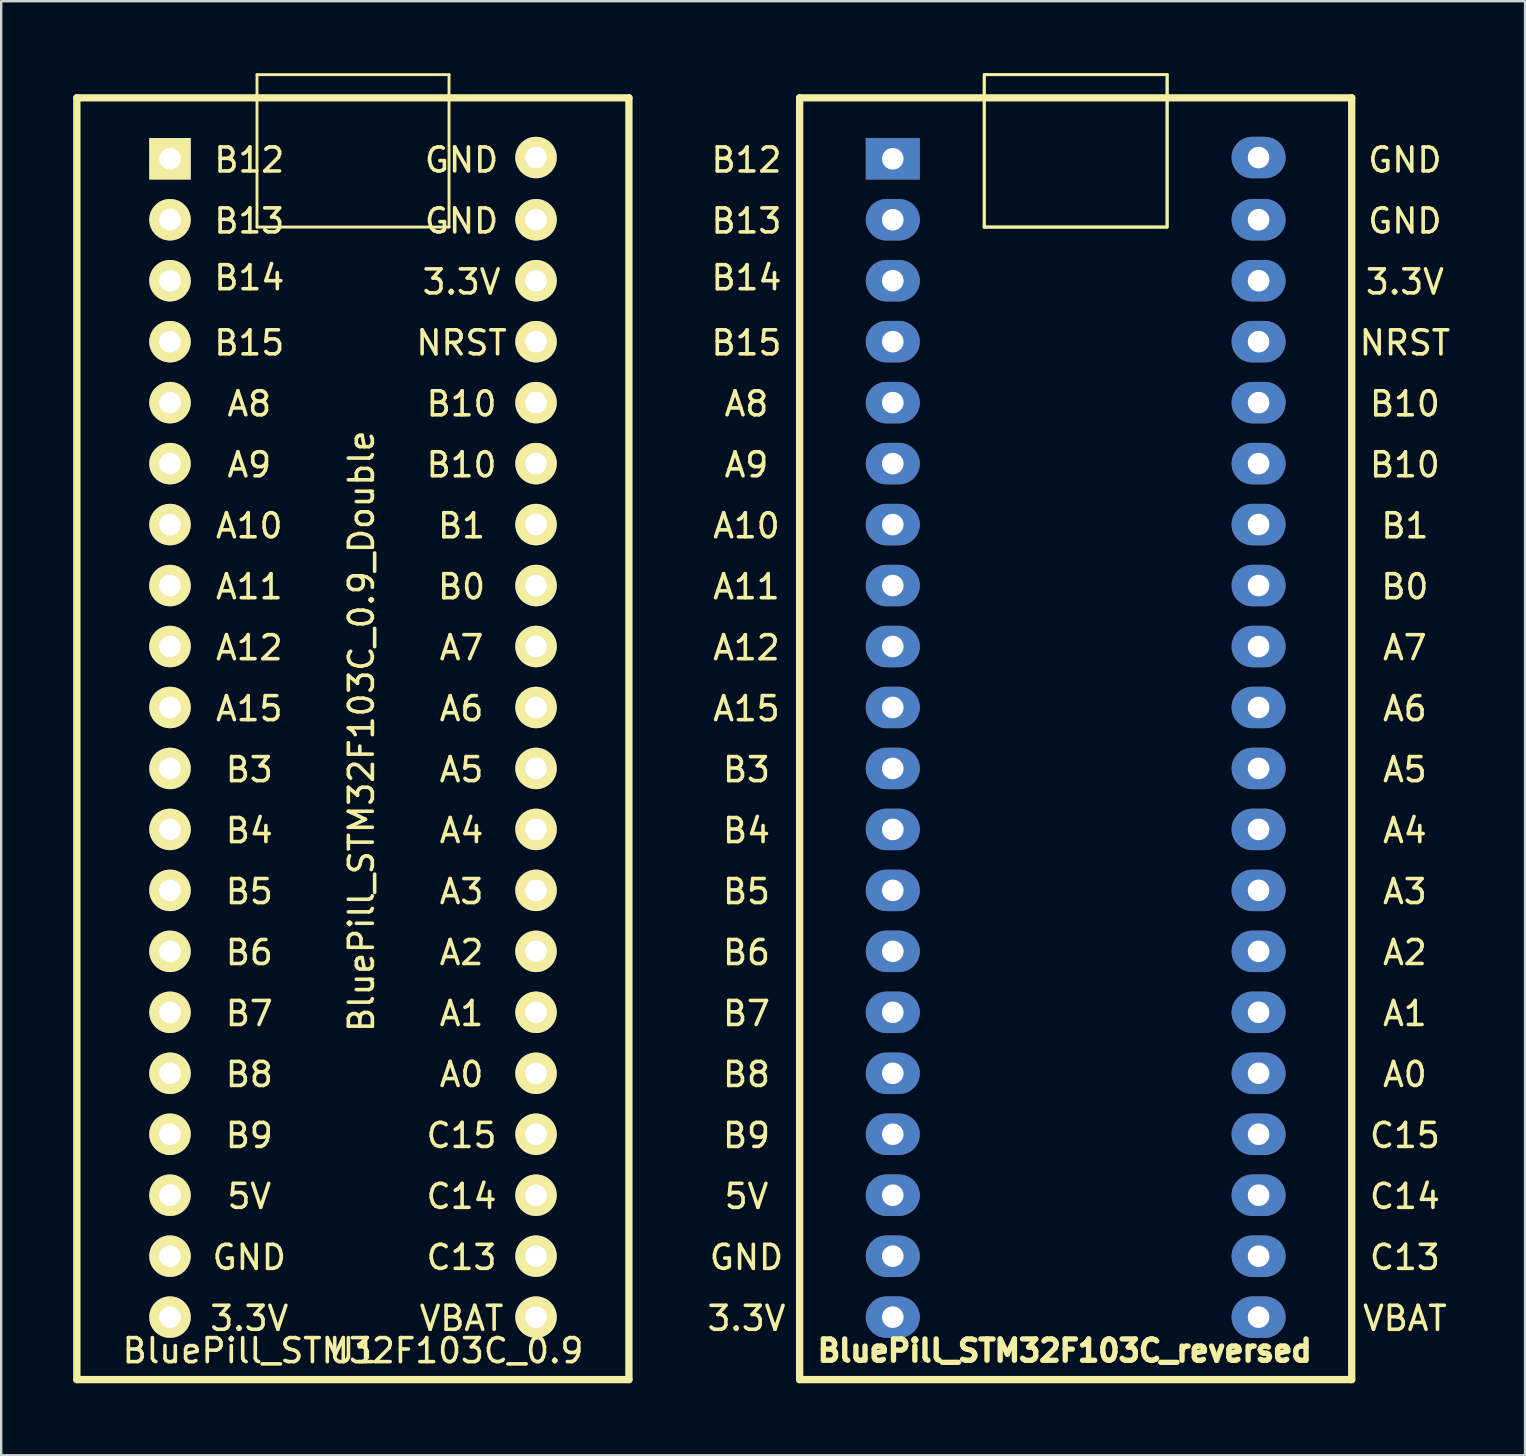
<source format=kicad_pcb>
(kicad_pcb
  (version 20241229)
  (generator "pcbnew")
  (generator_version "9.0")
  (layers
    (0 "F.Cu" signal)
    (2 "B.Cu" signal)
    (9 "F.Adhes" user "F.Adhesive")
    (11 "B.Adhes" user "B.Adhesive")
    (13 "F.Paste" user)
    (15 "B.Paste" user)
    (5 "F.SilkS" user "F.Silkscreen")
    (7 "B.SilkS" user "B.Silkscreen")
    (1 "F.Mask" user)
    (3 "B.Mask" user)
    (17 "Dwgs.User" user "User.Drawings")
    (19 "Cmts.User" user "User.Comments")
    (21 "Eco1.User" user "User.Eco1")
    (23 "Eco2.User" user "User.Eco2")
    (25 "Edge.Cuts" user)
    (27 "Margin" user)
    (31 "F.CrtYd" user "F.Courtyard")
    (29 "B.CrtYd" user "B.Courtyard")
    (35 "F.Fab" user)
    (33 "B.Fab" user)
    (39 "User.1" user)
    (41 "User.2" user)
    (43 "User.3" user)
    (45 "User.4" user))
  (footprint "BluePill_STM32F103C_0.9"
    (layer "F.Cu")
    (at 11.657 27.616)
    (property "Reference" "BluePill_STM32F103C_0.9" (at 0 25.606 180) (layer "F.SilkS") (effects (font (size 1 1) (thickness 0.15))))
    (attr through_hole)
    (fp_line (start -11.505 -26.59) (end 11.495 -26.59) (stroke (width 0.305) (type solid)) (layer "F.SilkS"))
    (fp_line (start -11.505 26.81) (end -11.505 -26.59) (stroke (width 0.305) (type solid)) (layer "F.SilkS"))
    (fp_line (start -4 -27.556) (end 4 -27.556) (stroke (width 0.12) (type solid)) (layer "F.SilkS"))
    (fp_line (start -4 -21.206) (end -4 -27.556) (stroke (width 0.12) (type solid)) (layer "F.SilkS"))
    (fp_line (start -4 -21.206) (end 4 -21.206) (stroke (width 0.12) (type solid)) (layer "F.SilkS"))
    (fp_line (start 4 -21.206) (end 4 -27.556) (stroke (width 0.12) (type solid)) (layer "F.SilkS"))
    (fp_line (start 11.495 -26.59) (end 11.495 26.81) (stroke (width 0.305) (type solid)) (layer "F.SilkS"))
    (fp_line (start 11.495 26.81) (end -11.505 26.81) (stroke (width 0.305) (type solid)) (layer "F.SilkS"))
    (fp_text user "B4" (at -4.321 3.94 0) (layer "F.SilkS") (effects (font (size 1 1) (thickness 0.15))))
    (fp_text user "A8" (at -4.321 -13.84 0) (layer "F.SilkS") (effects (font (size 1 1) (thickness 0.15))))
    (fp_text user "B10" (at 4.522 -11.3 0) (layer "F.SilkS") (effects (font (size 1 1) (thickness 0.15))))
    (fp_text user "C14" (at 4.522 19.18 0) (layer "F.SilkS") (effects (font (size 1 1) (thickness 0.15))))
    (fp_text user "C13" (at 4.522 21.72 0) (layer "F.SilkS") (effects (font (size 1 1) (thickness 0.15))))
    (fp_text user "A12" (at -4.321 -3.68 0) (layer "F.SilkS") (effects (font (size 1 1) (thickness 0.15))))
    (fp_text user "B12" (at -4.321 -24 0) (layer "F.SilkS") (effects (font (size 1 1) (thickness 0.15))))
    (fp_text user "B8" (at -4.321 14.1 0) (layer "F.SilkS") (effects (font (size 1 1) (thickness 0.15))))
    (fp_text user "B9" (at -4.321 16.64 0) (layer "F.SilkS") (effects (font (size 1 1) (thickness 0.15))))
    (fp_text user "C15" (at 4.522 16.64 0) (layer "F.SilkS") (effects (font (size 1 1) (thickness 0.15))))
    (fp_text user "B10" (at 4.522 -13.84 0) (layer "F.SilkS") (effects (font (size 1 1) (thickness 0.15))))
    (fp_text user "A9" (at -4.321 -11.3 0) (layer "F.SilkS") (effects (font (size 1 1) (thickness 0.15))))
    (fp_text user "B0" (at 4.522 -6.22 0) (layer "F.SilkS") (effects (font (size 1 1) (thickness 0.15))))
    (fp_text user "GND" (at 4.522 -24 0) (layer "F.SilkS") (effects (font (size 1 1) (thickness 0.15))))
    (fp_text user "A6" (at 4.522 -1.14 0) (layer "F.SilkS") (effects (font (size 1 1) (thickness 0.15))))
    (fp_text user "A7" (at 4.522 -3.68 0) (layer "F.SilkS") (effects (font (size 1 1) (thickness 0.15))))
    (fp_text user "A15" (at -4.321 -1.14 0) (layer "F.SilkS") (effects (font (size 1 1) (thickness 0.15))))
    (fp_text user "A1" (at 4.522 11.56 0) (layer "F.SilkS") (effects (font (size 1 1) (thickness 0.15))))
    (fp_text user "B7" (at -4.321 11.56 0) (layer "F.SilkS") (effects (font (size 1 1) (thickness 0.15))))
    (fp_text user "A5" (at 4.522 1.4 0) (layer "F.SilkS") (effects (font (size 1 1) (thickness 0.15))))
    (fp_text user "A4" (at 4.522 3.94 0) (layer "F.SilkS") (effects (font (size 1 1) (thickness 0.15))))
    (fp_text user "B5" (at -4.321 6.48 0) (layer "F.SilkS") (effects (font (size 1 1) (thickness 0.15))))
    (fp_text user "A10" (at -4.321 -8.76 0) (layer "F.SilkS") (effects (font (size 1 1) (thickness 0.15))))
    (fp_text user "BluePill_STM32F103C_0.9_Double" (at 0.351 -0.2 90) (layer "F.SilkS") (effects (font (size 1 1) (thickness 0.15))))
    (fp_text user "B15" (at -4.321 -16.38 0) (layer "F.SilkS") (effects (font (size 1 1) (thickness 0.15))))
    (fp_text user "B3" (at -4.321 1.4 0) (layer "F.SilkS") (effects (font (size 1 1) (thickness 0.15))))
    (fp_text user "3.3V" (at -4.321 24.26 0) (layer "F.SilkS") (effects (font (size 1 1) (thickness 0.15))))
    (fp_text user "A2" (at 4.522 9.02 0) (layer "F.SilkS") (effects (font (size 1 1) (thickness 0.15))))
    (fp_text user "A0" (at 4.522 14.1 0) (layer "F.SilkS") (effects (font (size 1 1) (thickness 0.15))))
    (fp_text user "5V" (at -4.321 19.18 0) (layer "F.SilkS") (effects (font (size 1 1) (thickness 0.15))))
    (fp_text user "B14" (at -4.321 -19.094 0) (layer "F.SilkS") (effects (font (size 1 1) (thickness 0.15))))
    (fp_text user "B6" (at -4.321 9.02 0) (layer "F.SilkS") (effects (font (size 1 1) (thickness 0.15))))
    (fp_text user "A3" (at 4.522 6.48 0) (layer "F.SilkS") (effects (font (size 1 1) (thickness 0.15))))
    (fp_text user "VBAT" (at 4.522 24.26 0) (layer "F.SilkS") (effects (font (size 1 1) (thickness 0.15))))
    (fp_text user "GND" (at 4.522 -21.46 0) (layer "F.SilkS") (effects (font (size 1 1) (thickness 0.15))))
    (fp_text user "A11" (at -4.321 -6.22 0) (layer "F.SilkS") (effects (font (size 1 1) (thickness 0.15))))
    (fp_text user "NRST" (at 4.522 -16.38 0) (layer "F.SilkS") (effects (font (size 1 1) (thickness 0.15))))
    (fp_text user "3.3V" (at 4.522 -18.92 0) (layer "F.SilkS") (effects (font (size 1 1) (thickness 0.15))))
    (fp_text user "B1" (at 4.522 -8.76 0) (layer "F.SilkS") (effects (font (size 1 1) (thickness 0.15))))
    (fp_text user "U1" (at 0 25.606 180) (layer "F.SilkS") (effects (font (size 1 1) (thickness 0.15))))
    (fp_text user "GND" (at -4.321 21.72 0) (layer "F.SilkS") (effects (font (size 1 1) (thickness 0.15))))
    (fp_text user "B13" (at -4.321 -21.46 0) (layer "F.SilkS") (effects (font (size 1 1) (thickness 0.15))))
    (pad "1" thru_hole rect (at -7.625 -24.051 270) (size 1.727 1.727) (drill 0.9) (layers "*.Cu" "*.Mask" "F.SilkS"))
    (pad "2" thru_hole oval (at -7.625 -21.511 270) (size 1.727 1.727) (drill 0.9) (layers "*.Cu" "*.Mask" "F.SilkS"))
    (pad "3" thru_hole oval (at -7.625 -18.971 270) (size 1.727 1.727) (drill 0.9) (layers "*.Cu" "*.Mask" "F.SilkS"))
    (pad "4" thru_hole oval (at -7.625 -16.431 270) (size 1.727 1.727) (drill 0.9) (layers "*.Cu" "*.Mask" "F.SilkS"))
    (pad "5" thru_hole oval (at -7.625 -13.891 270) (size 1.727 1.727) (drill 0.9) (layers "*.Cu" "*.Mask" "F.SilkS"))
    (pad "6" thru_hole oval (at -7.625 -11.351 270) (size 1.727 1.727) (drill 0.9) (layers "*.Cu" "*.Mask" "F.SilkS"))
    (pad "7" thru_hole oval (at -7.625 -8.811 270) (size 1.727 1.727) (drill 0.9) (layers "*.Cu" "*.Mask" "F.SilkS"))
    (pad "8" thru_hole oval (at -7.625 -6.271 270) (size 1.727 1.727) (drill 0.9) (layers "*.Cu" "*.Mask" "F.SilkS"))
    (pad "9" thru_hole oval (at -7.625 -3.731 270) (size 1.727 1.727) (drill 0.9) (layers "*.Cu" "*.Mask" "F.SilkS"))
    (pad "10" thru_hole oval (at -7.625 -1.191 270) (size 1.727 1.727) (drill 0.9) (layers "*.Cu" "*.Mask" "F.SilkS"))
    (pad "11" thru_hole oval (at -7.625 1.349 270) (size 1.727 1.727) (drill 0.9) (layers "*.Cu" "*.Mask" "F.SilkS"))
    (pad "12" thru_hole oval (at -7.625 3.889 270) (size 1.727 1.727) (drill 0.9) (layers "*.Cu" "*.Mask" "F.SilkS"))
    (pad "13" thru_hole oval (at -7.625 6.429 270) (size 1.727 1.727) (drill 0.9) (layers "*.Cu" "*.Mask" "F.SilkS"))
    (pad "14" thru_hole oval (at -7.625 8.969 270) (size 1.727 1.727) (drill 0.9) (layers "*.Cu" "*.Mask" "F.SilkS"))
    (pad "15" thru_hole oval (at -7.625 11.509 270) (size 1.727 1.727) (drill 0.9) (layers "*.Cu" "*.Mask" "F.SilkS"))
    (pad "16" thru_hole oval (at -7.625 14.049 270) (size 1.727 1.727) (drill 0.9) (layers "*.Cu" "*.Mask" "F.SilkS"))
    (pad "17" thru_hole oval (at -7.625 16.589 270) (size 1.727 1.727) (drill 0.9) (layers "*.Cu" "*.Mask" "F.SilkS"))
    (pad "18" thru_hole oval (at -7.625 19.129 270) (size 1.727 1.727) (drill 0.9) (layers "*.Cu" "*.Mask" "F.SilkS"))
    (pad "19" thru_hole oval (at -7.625 21.669 270) (size 1.727 1.727) (drill 0.9) (layers "*.Cu" "*.Mask" "F.SilkS"))
    (pad "20" thru_hole oval (at -7.625 24.209 270) (size 1.727 1.727) (drill 0.9) (layers "*.Cu" "*.Mask" "F.SilkS"))
    (pad "21" thru_hole oval (at 7.625 24.209 90) (size 1.727 1.727) (drill 0.9) (layers "*.Cu" "*.Mask" "F.SilkS"))
    (pad "22" thru_hole oval (at 7.625 21.669 90) (size 1.727 1.727) (drill 0.9) (layers "*.Cu" "*.Mask" "F.SilkS"))
    (pad "23" thru_hole oval (at 7.625 19.129 90) (size 1.727 1.727) (drill 0.9) (layers "*.Cu" "*.Mask" "F.SilkS"))
    (pad "24" thru_hole oval (at 7.625 16.589 90) (size 1.727 1.727) (drill 0.9) (layers "*.Cu" "*.Mask" "F.SilkS"))
    (pad "25" thru_hole oval (at 7.625 14.049 90) (size 1.727 1.727) (drill 0.9) (layers "*.Cu" "*.Mask" "F.SilkS"))
    (pad "26" thru_hole oval (at 7.625 11.509 90) (size 1.727 1.727) (drill 0.9) (layers "*.Cu" "*.Mask" "F.SilkS"))
    (pad "27" thru_hole oval (at 7.625 8.969 90) (size 1.727 1.727) (drill 0.9) (layers "*.Cu" "*.Mask" "F.SilkS"))
    (pad "28" thru_hole oval (at 7.625 6.429 90) (size 1.727 1.727) (drill 0.9) (layers "*.Cu" "*.Mask" "F.SilkS"))
    (pad "29" thru_hole oval (at 7.625 3.889 90) (size 1.727 1.727) (drill 0.9) (layers "*.Cu" "*.Mask" "F.SilkS"))
    (pad "30" thru_hole oval (at 7.625 1.349 90) (size 1.727 1.727) (drill 0.9) (layers "*.Cu" "*.Mask" "F.SilkS"))
    (pad "31" thru_hole oval (at 7.625 -1.191 90) (size 1.727 1.727) (drill 0.9) (layers "*.Cu" "*.Mask" "F.SilkS"))
    (pad "32" thru_hole oval (at 7.625 -3.731 90) (size 1.727 1.727) (drill 0.9) (layers "*.Cu" "*.Mask" "F.SilkS"))
    (pad "33" thru_hole oval (at 7.625 -6.271 90) (size 1.727 1.727) (drill 0.9) (layers "*.Cu" "*.Mask" "F.SilkS"))
    (pad "34" thru_hole oval (at 7.625 -8.811 90) (size 1.727 1.727) (drill 0.9) (layers "*.Cu" "*.Mask" "F.SilkS"))
    (pad "35" thru_hole oval (at 7.625 -11.351 90) (size 1.727 1.727) (drill 0.9) (layers "*.Cu" "*.Mask" "F.SilkS"))
    (pad "36" thru_hole oval (at 7.625 -13.891 90) (size 1.727 1.727) (drill 0.9) (layers "*.Cu" "*.Mask" "F.SilkS"))
    (pad "37" thru_hole oval (at 7.625 -16.431 90) (size 1.727 1.727) (drill 0.9) (layers "*.Cu" "*.Mask" "F.SilkS"))
    (pad "38" thru_hole oval (at 7.625 -18.971 90) (size 1.727 1.727) (drill 0.9) (layers "*.Cu" "*.Mask" "F.SilkS"))
    (pad "39" thru_hole oval (at 7.625 -21.511 90) (size 1.727 1.727) (drill 0.9) (layers "*.Cu" "*.Mask" "F.SilkS"))
    (pad "40" thru_hole oval (at 7.625 -24.102 90) (size 1.727 1.727) (drill 0.9) (layers "*.Cu" "*.Mask" "F.SilkS")))
  (footprint "BluePill_STM32F103C_reversed"
    (layer "F.Cu")
    (at 41.645 28.116)
    (property "Reference" "BluePill_STM32F103C_reversed" (at -0.337 25.106 180) (layer "F.SilkS") (effects (font (size 0.889 0.889) (thickness 0.305))))
    (attr through_hole)
    (fp_line (start -11.38 -27.09) (end 11.62 -27.09) (stroke (width 0.305) (type solid)) (layer "F.SilkS"))
    (fp_line (start -11.38 26.31) (end -11.38 -27.09) (stroke (width 0.305) (type solid)) (layer "F.SilkS"))
    (fp_line (start -3.69 -21.706) (end -3.69 -28.056) (stroke (width 0.12) (type solid)) (layer "F.SilkS"))
    (fp_line (start -3.69 -21.706) (end -3.69 -28.056) (stroke (width 0.12) (type solid)) (layer "F.SilkS"))
    (fp_line (start -3.69 -21.706) (end 3.905 -21.706) (stroke (width 0.12) (type solid)) (layer "F.SilkS"))
    (fp_line (start -3.69 -21.706) (end 3.905 -21.706) (stroke (width 0.12) (type solid)) (layer "F.SilkS"))
    (fp_line (start -3.665 -28.056) (end 3.93 -28.056) (stroke (width 0.12) (type solid)) (layer "F.SilkS"))
    (fp_line (start -3.665 -28.056) (end 3.93 -28.056) (stroke (width 0.12) (type solid)) (layer "F.SilkS"))
    (fp_line (start 3.93 -21.706) (end 3.93 -28.056) (stroke (width 0.12) (type solid)) (layer "F.SilkS"))
    (fp_line (start 3.93 -21.706) (end 3.93 -28.056) (stroke (width 0.12) (type solid)) (layer "F.SilkS"))
    (fp_line (start 11.62 -27.09) (end 11.62 26.31) (stroke (width 0.305) (type solid)) (layer "F.SilkS"))
    (fp_line (start 11.62 26.31) (end -11.38 26.31) (stroke (width 0.305) (type solid)) (layer "F.SilkS"))
    (fp_text user "B9" (at -13.596 16.14 0) (layer "F.SilkS") (effects (font (size 1 1) (thickness 0.15))))
    (fp_text user "A7" (at 13.836 -4.18 0) (layer "F.SilkS") (effects (font (size 1 1) (thickness 0.15))))
    (fp_text user "GND" (at 13.836 -21.96 0) (layer "F.SilkS") (effects (font (size 1 1) (thickness 0.15))))
    (fp_text user "A0" (at 13.836 13.6 0) (layer "F.SilkS") (effects (font (size 1 1) (thickness 0.15))))
    (fp_text user "A8" (at -13.596 -14.34 0) (layer "F.SilkS") (effects (font (size 1 1) (thickness 0.15))))
    (fp_text user "A11" (at -13.596 -6.72 0) (layer "F.SilkS") (effects (font (size 1 1) (thickness 0.15))))
    (fp_text user "B8" (at -13.596 13.6 0) (layer "F.SilkS") (effects (font (size 1 1) (thickness 0.15))))
    (fp_text user "B12" (at -13.596 -24.5 0) (layer "F.SilkS") (effects (font (size 1 1) (thickness 0.15))))
    (fp_text user "B6" (at -13.596 8.52 0) (layer "F.SilkS") (effects (font (size 1 1) (thickness 0.15))))
    (fp_text user "B5" (at -13.596 5.98 0) (layer "F.SilkS") (effects (font (size 1 1) (thickness 0.15))))
    (fp_text user "A2" (at 13.836 8.52 0) (layer "F.SilkS") (effects (font (size 1 1) (thickness 0.15))))
    (fp_text user "B3" (at -13.596 0.9 0) (layer "F.SilkS") (effects (font (size 1 1) (thickness 0.15))))
    (fp_text user "GND" (at -13.596 21.22 0) (layer "F.SilkS") (effects (font (size 1 1) (thickness 0.15))))
    (fp_text user "B4" (at -13.596 3.44 0) (layer "F.SilkS") (effects (font (size 1 1) (thickness 0.15))))
    (fp_text user "B15" (at -13.596 -16.88 0) (layer "F.SilkS") (effects (font (size 1 1) (thickness 0.15))))
    (fp_text user "B1" (at 13.836 -9.26 0) (layer "F.SilkS") (effects (font (size 1 1) (thickness 0.15))))
    (fp_text user "NRST" (at 13.836 -16.88 0) (layer "F.SilkS") (effects (font (size 1 1) (thickness 0.15))))
    (fp_text user "B10" (at 13.836 -14.34 0) (layer "F.SilkS") (effects (font (size 1 1) (thickness 0.15))))
    (fp_text user "A10" (at -13.596 -9.26 0) (layer "F.SilkS") (effects (font (size 1 1) (thickness 0.15))))
    (fp_text user "3.3V" (at 13.836 -19.42 0) (layer "F.SilkS") (effects (font (size 1 1) (thickness 0.15))))
    (fp_text user "B13" (at -13.596 -21.96 0) (layer "F.SilkS") (effects (font (size 1 1) (thickness 0.15))))
    (fp_text user "A9" (at -13.596 -11.8 0) (layer "F.SilkS") (effects (font (size 1 1) (thickness 0.15))))
    (fp_text user "C13" (at 13.836 21.22 0) (layer "F.SilkS") (effects (font (size 1 1) (thickness 0.15))))
    (fp_text user "B10" (at 13.836 -11.8 0) (layer "F.SilkS") (effects (font (size 1 1) (thickness 0.15))))
    (fp_text user "A15" (at -13.596 -1.64 0) (layer "F.SilkS") (effects (font (size 1 1) (thickness 0.15))))
    (fp_text user "B0" (at 13.836 -6.72 0) (layer "F.SilkS") (effects (font (size 1 1) (thickness 0.15))))
    (fp_text user "B14" (at -13.596 -19.594 0) (layer "F.SilkS") (effects (font (size 1 1) (thickness 0.15))))
    (fp_text user "C15" (at 13.836 16.14 0) (layer "F.SilkS") (effects (font (size 1 1) (thickness 0.15))))
    (fp_text user "A4" (at 13.836 3.44 0) (layer "F.SilkS") (effects (font (size 1 1) (thickness 0.15))))
    (fp_text user "5V" (at -13.596 18.68 0) (layer "F.SilkS") (effects (font (size 1 1) (thickness 0.15))))
    (fp_text user "A12" (at -13.596 -4.18 0) (layer "F.SilkS") (effects (font (size 1 1) (thickness 0.15))))
    (fp_text user "A6" (at 13.836 -1.64 0) (layer "F.SilkS") (effects (font (size 1 1) (thickness 0.15))))
    (fp_text user "GND" (at 13.836 -24.5 0) (layer "F.SilkS") (effects (font (size 1 1) (thickness 0.15))))
    (fp_text user "C14" (at 13.836 18.68 0) (layer "F.SilkS") (effects (font (size 1 1) (thickness 0.15))))
    (fp_text user "B7" (at -13.596 11.06 0) (layer "F.SilkS") (effects (font (size 1 1) (thickness 0.15))))
    (fp_text user "A3" (at 13.836 5.98 0) (layer "F.SilkS") (effects (font (size 1 1) (thickness 0.15))))
    (fp_text user "3.3V" (at -13.596 23.76 0) (layer "F.SilkS") (effects (font (size 1 1) (thickness 0.15))))
    (fp_text user "VBAT" (at 13.836 23.76 0) (layer "F.SilkS") (effects (font (size 1 1) (thickness 0.15))))
    (fp_text user "A5" (at 13.836 0.9 0) (layer "F.SilkS") (effects (font (size 1 1) (thickness 0.15))))
    (fp_text user "A1" (at 13.836 11.06 0) (layer "F.SilkS") (effects (font (size 1 1) (thickness 0.15))))
    (pad "1" thru_hole rect (at -7.5 -24.551 270) (size 1.727 2.25) (drill 0.9) (layers "*.Cu" "*.Mask"))
    (pad "2" thru_hole oval (at -7.5 -22.011 270) (size 1.727 2.25) (drill 0.9) (layers "*.Cu" "*.Mask"))
    (pad "3" thru_hole oval (at -7.5 -19.471 270) (size 1.727 2.25) (drill 0.9) (layers "*.Cu" "*.Mask"))
    (pad "4" thru_hole oval (at -7.5 -16.931 270) (size 1.727 2.25) (drill 0.9) (layers "*.Cu" "*.Mask"))
    (pad "5" thru_hole oval (at -7.5 -14.391 270) (size 1.727 2.25) (drill 0.9) (layers "*.Cu" "*.Mask"))
    (pad "6" thru_hole oval (at -7.5 -11.851 270) (size 1.727 2.25) (drill 0.9) (layers "*.Cu" "*.Mask"))
    (pad "7" thru_hole oval (at -7.5 -9.311 270) (size 1.727 2.25) (drill 0.9) (layers "*.Cu" "*.Mask"))
    (pad "8" thru_hole oval (at -7.5 -6.771 270) (size 1.727 2.25) (drill 0.9) (layers "*.Cu" "*.Mask"))
    (pad "9" thru_hole oval (at -7.5 -4.231 270) (size 1.727 2.25) (drill 0.9) (layers "*.Cu" "*.Mask"))
    (pad "10" thru_hole oval (at -7.5 -1.691 270) (size 1.727 2.25) (drill 0.9) (layers "*.Cu" "*.Mask"))
    (pad "11" thru_hole oval (at -7.5 0.849 270) (size 1.727 2.25) (drill 0.9) (layers "*.Cu" "*.Mask"))
    (pad "12" thru_hole oval (at -7.5 3.389 270) (size 1.727 2.25) (drill 0.9) (layers "*.Cu" "*.Mask"))
    (pad "13" thru_hole oval (at -7.5 5.929 270) (size 1.727 2.25) (drill 0.9) (layers "*.Cu" "*.Mask"))
    (pad "14" thru_hole oval (at -7.5 8.469 270) (size 1.727 2.25) (drill 0.9) (layers "*.Cu" "*.Mask"))
    (pad "15" thru_hole oval (at -7.5 11.009 270) (size 1.727 2.25) (drill 0.9) (layers "*.Cu" "*.Mask"))
    (pad "16" thru_hole oval (at -7.5 13.549 270) (size 1.727 2.25) (drill 0.9) (layers "*.Cu" "*.Mask"))
    (pad "17" thru_hole oval (at -7.5 16.089 270) (size 1.727 2.25) (drill 0.9) (layers "*.Cu" "*.Mask"))
    (pad "18" thru_hole oval (at -7.5 18.629 270) (size 1.727 2.25) (drill 0.9) (layers "*.Cu" "*.Mask"))
    (pad "19" thru_hole oval (at -7.5 21.169 270) (size 1.727 2.25) (drill 0.9) (layers "*.Cu" "*.Mask"))
    (pad "20" thru_hole oval (at -7.5 23.709 270) (size 1.727 2.25) (drill 0.9) (layers "*.Cu" "*.Mask"))
    (pad "21" thru_hole oval (at 7.74 23.709 90) (size 1.727 2.25) (drill 0.9) (layers "*.Cu" "*.Mask"))
    (pad "22" thru_hole oval (at 7.74 21.169 90) (size 1.727 2.25) (drill 0.9) (layers "*.Cu" "*.Mask"))
    (pad "23" thru_hole oval (at 7.74 18.629 90) (size 1.727 2.25) (drill 0.9) (layers "*.Cu" "*.Mask"))
    (pad "24" thru_hole oval (at 7.74 16.089 90) (size 1.727 2.25) (drill 0.9) (layers "*.Cu" "*.Mask"))
    (pad "25" thru_hole oval (at 7.74 13.549 90) (size 1.727 2.25) (drill 0.9) (layers "*.Cu" "*.Mask"))
    (pad "26" thru_hole oval (at 7.74 11.009 90) (size 1.727 2.25) (drill 0.9) (layers "*.Cu" "*.Mask"))
    (pad "27" thru_hole oval (at 7.74 8.469 90) (size 1.727 2.25) (drill 0.9) (layers "*.Cu" "*.Mask"))
    (pad "28" thru_hole oval (at 7.74 5.929 90) (size 1.727 2.25) (drill 0.9) (layers "*.Cu" "*.Mask"))
    (pad "29" thru_hole oval (at 7.74 3.389 90) (size 1.727 2.25) (drill 0.9) (layers "*.Cu" "*.Mask"))
    (pad "30" thru_hole oval (at 7.74 0.849 90) (size 1.727 2.25) (drill 0.9) (layers "*.Cu" "*.Mask"))
    (pad "31" thru_hole oval (at 7.74 -1.691 90) (size 1.727 2.25) (drill 0.9) (layers "*.Cu" "*.Mask"))
    (pad "32" thru_hole oval (at 7.74 -4.231 90) (size 1.727 2.25) (drill 0.9) (layers "*.Cu" "*.Mask"))
    (pad "33" thru_hole oval (at 7.74 -6.771 90) (size 1.727 2.25) (drill 0.9) (layers "*.Cu" "*.Mask"))
    (pad "34" thru_hole oval (at 7.74 -9.311 90) (size 1.727 2.25) (drill 0.9) (layers "*.Cu" "*.Mask"))
    (pad "35" thru_hole oval (at 7.74 -11.851 90) (size 1.727 2.25) (drill 0.9) (layers "*.Cu" "*.Mask"))
    (pad "36" thru_hole oval (at 7.74 -14.391 90) (size 1.727 2.25) (drill 0.9) (layers "*.Cu" "*.Mask"))
    (pad "37" thru_hole oval (at 7.74 -16.931 90) (size 1.727 2.25) (drill 0.9) (layers "*.Cu" "*.Mask"))
    (pad "38" thru_hole oval (at 7.74 -19.471 90) (size 1.727 2.25) (drill 0.9) (layers "*.Cu" "*.Mask"))
    (pad "39" thru_hole oval (at 7.74 -22.011 90) (size 1.727 2.25) (drill 0.9) (layers "*.Cu" "*.Mask"))
    (pad "40" thru_hole oval (at 7.74 -24.602 90) (size 1.727 2.25) (drill 0.9) (layers "*.Cu" "*.Mask")))
  (gr_rect
    (start -3 -3)
    (end 60.487 57.578)
    (stroke (width 0.1) (type default))
    (fill no)
    (layer "Edge.Cuts")))
</source>
